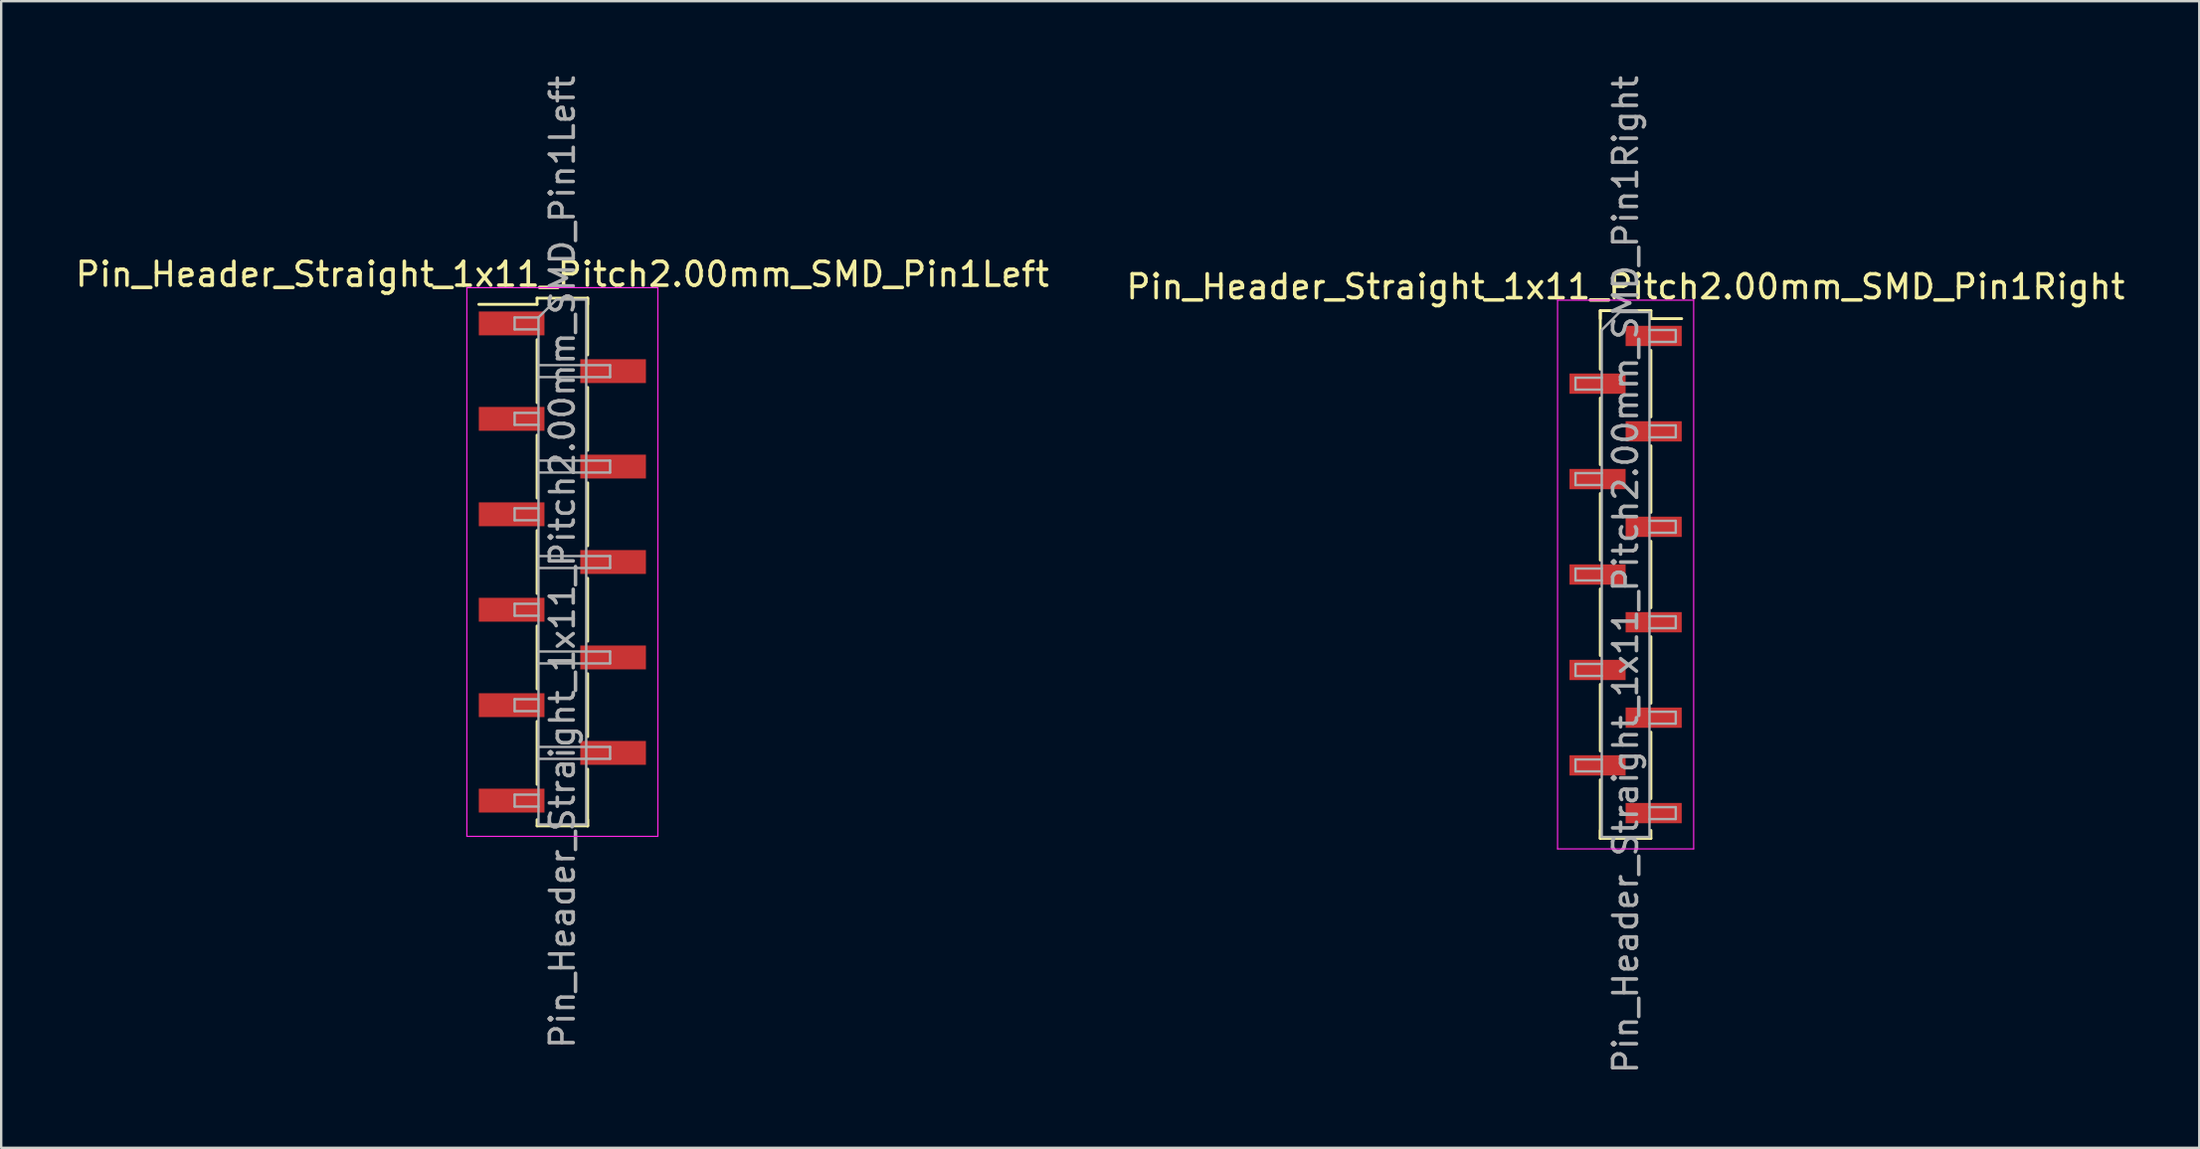
<source format=kicad_pcb>
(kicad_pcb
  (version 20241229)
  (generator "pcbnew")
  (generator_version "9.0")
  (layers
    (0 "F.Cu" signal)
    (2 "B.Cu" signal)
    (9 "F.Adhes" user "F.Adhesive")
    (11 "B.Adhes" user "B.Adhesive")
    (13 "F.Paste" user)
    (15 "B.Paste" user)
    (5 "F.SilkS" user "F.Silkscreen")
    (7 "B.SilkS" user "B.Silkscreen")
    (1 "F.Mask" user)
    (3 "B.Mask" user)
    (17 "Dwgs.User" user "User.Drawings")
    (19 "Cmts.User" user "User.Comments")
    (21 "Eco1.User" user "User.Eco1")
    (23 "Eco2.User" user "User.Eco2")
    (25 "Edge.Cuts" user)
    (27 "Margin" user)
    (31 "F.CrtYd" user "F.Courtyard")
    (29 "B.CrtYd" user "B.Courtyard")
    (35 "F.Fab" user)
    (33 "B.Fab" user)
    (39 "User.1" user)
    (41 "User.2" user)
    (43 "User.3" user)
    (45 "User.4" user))
  (footprint "Pin_Header_Straight_1x11_Pitch2.00mm_SMD_Pin1Right"
    (layer "F.Cu")
    (at 65.042 21.03)
    (property "Reference" "Pin_Header_Straight_1x11_Pitch2.00mm_SMD_Pin1Right" (at 0 -12.06 0) (layer "F.SilkS") (effects (font (size 1 1) (thickness 0.15))))
    (attr smd)
    (fp_line (start -1.06 -11.06) (end -1.06 -8.605) (stroke (width 0.12) (type solid)) (layer "F.SilkS"))
    (fp_line (start -1.06 -11.06) (end 1.06 -11.06) (stroke (width 0.12) (type solid)) (layer "F.SilkS"))
    (fp_line (start -1.06 -10.725) (end -1.06 -11.06) (stroke (width 0.12) (type solid)) (layer "F.SilkS"))
    (fp_line (start -1.06 -7.395) (end -1.06 -4.605) (stroke (width 0.12) (type solid)) (layer "F.SilkS"))
    (fp_line (start -1.06 -3.395) (end -1.06 -0.605) (stroke (width 0.12) (type solid)) (layer "F.SilkS"))
    (fp_line (start -1.06 0.605) (end -1.06 3.395) (stroke (width 0.12) (type solid)) (layer "F.SilkS"))
    (fp_line (start -1.06 4.605) (end -1.06 7.395) (stroke (width 0.12) (type solid)) (layer "F.SilkS"))
    (fp_line (start -1.06 8.605) (end -1.06 11.06) (stroke (width 0.12) (type solid)) (layer "F.SilkS"))
    (fp_line (start -1.06 10.725) (end -1.06 11.06) (stroke (width 0.12) (type solid)) (layer "F.SilkS"))
    (fp_line (start -1.06 11.06) (end 1.06 11.06) (stroke (width 0.12) (type solid)) (layer "F.SilkS"))
    (fp_line (start 1.06 -11.06) (end 1.06 -10.725) (stroke (width 0.12) (type solid)) (layer "F.SilkS"))
    (fp_line (start 1.06 -10.725) (end 2.35 -10.725) (stroke (width 0.12) (type solid)) (layer "F.SilkS"))
    (fp_line (start 1.06 -9.395) (end 1.06 -6.605) (stroke (width 0.12) (type solid)) (layer "F.SilkS"))
    (fp_line (start 1.06 -5.395) (end 1.06 -2.605) (stroke (width 0.12) (type solid)) (layer "F.SilkS"))
    (fp_line (start 1.06 -1.395) (end 1.06 1.395) (stroke (width 0.12) (type solid)) (layer "F.SilkS"))
    (fp_line (start 1.06 2.605) (end 1.06 5.395) (stroke (width 0.12) (type solid)) (layer "F.SilkS"))
    (fp_line (start 1.06 6.605) (end 1.06 9.395) (stroke (width 0.12) (type solid)) (layer "F.SilkS"))
    (fp_line (start 1.06 11.06) (end 1.06 10.725) (stroke (width 0.12) (type solid)) (layer "F.SilkS"))
    (fp_line (start -2.85 -11.5) (end -2.85 11.5) (stroke (width 0.05) (type solid)) (layer "F.CrtYd"))
    (fp_line (start -2.85 11.5) (end 2.85 11.5) (stroke (width 0.05) (type solid)) (layer "F.CrtYd"))
    (fp_line (start 2.85 -11.5) (end -2.85 -11.5) (stroke (width 0.05) (type solid)) (layer "F.CrtYd"))
    (fp_line (start 2.85 11.5) (end 2.85 -11.5) (stroke (width 0.05) (type solid)) (layer "F.CrtYd"))
    (fp_line (start -2.1 -8.25) (end -2.1 -7.75) (stroke (width 0.1) (type solid)) (layer "F.Fab"))
    (fp_line (start -2.1 -7.75) (end -1 -7.75) (stroke (width 0.1) (type solid)) (layer "F.Fab"))
    (fp_line (start -2.1 -4.25) (end -2.1 -3.75) (stroke (width 0.1) (type solid)) (layer "F.Fab"))
    (fp_line (start -2.1 -3.75) (end -1 -3.75) (stroke (width 0.1) (type solid)) (layer "F.Fab"))
    (fp_line (start -2.1 -0.25) (end -2.1 0.25) (stroke (width 0.1) (type solid)) (layer "F.Fab"))
    (fp_line (start -2.1 0.25) (end -1 0.25) (stroke (width 0.1) (type solid)) (layer "F.Fab"))
    (fp_line (start -2.1 3.75) (end -2.1 4.25) (stroke (width 0.1) (type solid)) (layer "F.Fab"))
    (fp_line (start -2.1 4.25) (end -1 4.25) (stroke (width 0.1) (type solid)) (layer "F.Fab"))
    (fp_line (start -2.1 7.75) (end -2.1 8.25) (stroke (width 0.1) (type solid)) (layer "F.Fab"))
    (fp_line (start -2.1 8.25) (end -1 8.25) (stroke (width 0.1) (type solid)) (layer "F.Fab"))
    (fp_line (start -1 -10.25) (end -0.25 -11) (stroke (width 0.1) (type solid)) (layer "F.Fab"))
    (fp_line (start -1 -8.25) (end -2.1 -8.25) (stroke (width 0.1) (type solid)) (layer "F.Fab"))
    (fp_line (start -1 -4.25) (end -2.1 -4.25) (stroke (width 0.1) (type solid)) (layer "F.Fab"))
    (fp_line (start -1 -0.25) (end -2.1 -0.25) (stroke (width 0.1) (type solid)) (layer "F.Fab"))
    (fp_line (start -1 3.75) (end -2.1 3.75) (stroke (width 0.1) (type solid)) (layer "F.Fab"))
    (fp_line (start -1 7.75) (end -2.1 7.75) (stroke (width 0.1) (type solid)) (layer "F.Fab"))
    (fp_line (start -1 11) (end -1 -10.25) (stroke (width 0.1) (type solid)) (layer "F.Fab"))
    (fp_line (start -0.25 -11) (end 1 -11) (stroke (width 0.1) (type solid)) (layer "F.Fab"))
    (fp_line (start 1 -11) (end 1 11) (stroke (width 0.1) (type solid)) (layer "F.Fab"))
    (fp_line (start 1 -10.25) (end 2.1 -10.25) (stroke (width 0.1) (type solid)) (layer "F.Fab"))
    (fp_line (start 1 -6.25) (end 2.1 -6.25) (stroke (width 0.1) (type solid)) (layer "F.Fab"))
    (fp_line (start 1 -2.25) (end 2.1 -2.25) (stroke (width 0.1) (type solid)) (layer "F.Fab"))
    (fp_line (start 1 1.75) (end 2.1 1.75) (stroke (width 0.1) (type solid)) (layer "F.Fab"))
    (fp_line (start 1 5.75) (end 2.1 5.75) (stroke (width 0.1) (type solid)) (layer "F.Fab"))
    (fp_line (start 1 9.75) (end 2.1 9.75) (stroke (width 0.1) (type solid)) (layer "F.Fab"))
    (fp_line (start 1 11) (end -1 11) (stroke (width 0.1) (type solid)) (layer "F.Fab"))
    (fp_line (start 2.1 -10.25) (end 2.1 -9.75) (stroke (width 0.1) (type solid)) (layer "F.Fab"))
    (fp_line (start 2.1 -9.75) (end 1 -9.75) (stroke (width 0.1) (type solid)) (layer "F.Fab"))
    (fp_line (start 2.1 -6.25) (end 2.1 -5.75) (stroke (width 0.1) (type solid)) (layer "F.Fab"))
    (fp_line (start 2.1 -5.75) (end 1 -5.75) (stroke (width 0.1) (type solid)) (layer "F.Fab"))
    (fp_line (start 2.1 -2.25) (end 2.1 -1.75) (stroke (width 0.1) (type solid)) (layer "F.Fab"))
    (fp_line (start 2.1 -1.75) (end 1 -1.75) (stroke (width 0.1) (type solid)) (layer "F.Fab"))
    (fp_line (start 2.1 1.75) (end 2.1 2.25) (stroke (width 0.1) (type solid)) (layer "F.Fab"))
    (fp_line (start 2.1 2.25) (end 1 2.25) (stroke (width 0.1) (type solid)) (layer "F.Fab"))
    (fp_line (start 2.1 5.75) (end 2.1 6.25) (stroke (width 0.1) (type solid)) (layer "F.Fab"))
    (fp_line (start 2.1 6.25) (end 1 6.25) (stroke (width 0.1) (type solid)) (layer "F.Fab"))
    (fp_line (start 2.1 9.75) (end 2.1 10.25) (stroke (width 0.1) (type solid)) (layer "F.Fab"))
    (fp_line (start 2.1 10.25) (end 1 10.25) (stroke (width 0.1) (type solid)) (layer "F.Fab"))
    (fp_text user "${REFERENCE}" (at 0 0 90) (layer "F.Fab") (effects (font (size 1 1) (thickness 0.15))))
    (pad "1" smd rect (at 1.175 -10) (size 2.35 0.85) (layers "F.Cu" "F.Mask" "F.Paste"))
    (pad "2" smd rect (at -1.175 -8) (size 2.35 0.85) (layers "F.Cu" "F.Mask" "F.Paste"))
    (pad "3" smd rect (at 1.175 -6) (size 2.35 0.85) (layers "F.Cu" "F.Mask" "F.Paste"))
    (pad "4" smd rect (at -1.175 -4) (size 2.35 0.85) (layers "F.Cu" "F.Mask" "F.Paste"))
    (pad "5" smd rect (at 1.175 -2) (size 2.35 0.85) (layers "F.Cu" "F.Mask" "F.Paste"))
    (pad "6" smd rect (at -1.175 0) (size 2.35 0.85) (layers "F.Cu" "F.Mask" "F.Paste"))
    (pad "7" smd rect (at 1.175 2) (size 2.35 0.85) (layers "F.Cu" "F.Mask" "F.Paste"))
    (pad "8" smd rect (at -1.175 4) (size 2.35 0.85) (layers "F.Cu" "F.Mask" "F.Paste"))
    (pad "9" smd rect (at 1.175 6) (size 2.35 0.85) (layers "F.Cu" "F.Mask" "F.Paste"))
    (pad "10" smd rect (at -1.175 8) (size 2.35 0.85) (layers "F.Cu" "F.Mask" "F.Paste"))
    (pad "11" smd rect (at 1.175 10) (size 2.35 0.85) (layers "F.Cu" "F.Mask" "F.Paste")))
  (footprint "Pin_Header_Straight_1x11_Pitch2.00mm_SMD_Pin1Left"
    (layer "F.Cu")
    (at 20.506 20.506)
    (property "Reference" "Pin_Header_Straight_1x11_Pitch2.00mm_SMD_Pin1Left" (at 0 -12.06 0) (layer "F.SilkS") (effects (font (size 1 1) (thickness 0.15))))
    (attr smd)
    (fp_line (start -1.06 -11.06) (end 1.06 -11.06) (stroke (width 0.12) (type solid)) (layer "F.SilkS"))
    (fp_line (start -1.06 -10.8) (end -3.5 -10.8) (stroke (width 0.12) (type solid)) (layer "F.SilkS"))
    (fp_line (start -1.06 -10.8) (end -1.06 -11.06) (stroke (width 0.12) (type solid)) (layer "F.SilkS"))
    (fp_line (start -1.06 -9.32) (end -1.06 -6.68) (stroke (width 0.12) (type solid)) (layer "F.SilkS"))
    (fp_line (start -1.06 -5.32) (end -1.06 -2.68) (stroke (width 0.12) (type solid)) (layer "F.SilkS"))
    (fp_line (start -1.06 -1.32) (end -1.06 1.32) (stroke (width 0.12) (type solid)) (layer "F.SilkS"))
    (fp_line (start -1.06 2.68) (end -1.06 5.32) (stroke (width 0.12) (type solid)) (layer "F.SilkS"))
    (fp_line (start -1.06 6.68) (end -1.06 9.32) (stroke (width 0.12) (type solid)) (layer "F.SilkS"))
    (fp_line (start -1.06 10.8) (end -1.06 11.06) (stroke (width 0.12) (type solid)) (layer "F.SilkS"))
    (fp_line (start -1.06 11.06) (end 1.06 11.06) (stroke (width 0.12) (type solid)) (layer "F.SilkS"))
    (fp_line (start 1.06 -11.06) (end 1.06 -10.8) (stroke (width 0.12) (type solid)) (layer "F.SilkS"))
    (fp_line (start 1.06 -11.06) (end 1.06 -8.68) (stroke (width 0.12) (type solid)) (layer "F.SilkS"))
    (fp_line (start 1.06 -7.32) (end 1.06 -4.68) (stroke (width 0.12) (type solid)) (layer "F.SilkS"))
    (fp_line (start 1.06 -3.32) (end 1.06 -0.68) (stroke (width 0.12) (type solid)) (layer "F.SilkS"))
    (fp_line (start 1.06 0.68) (end 1.06 3.32) (stroke (width 0.12) (type solid)) (layer "F.SilkS"))
    (fp_line (start 1.06 4.68) (end 1.06 7.32) (stroke (width 0.12) (type solid)) (layer "F.SilkS"))
    (fp_line (start 1.06 8.68) (end 1.06 11.06) (stroke (width 0.12) (type solid)) (layer "F.SilkS"))
    (fp_line (start 1.06 11.06) (end 1.06 10.8) (stroke (width 0.12) (type solid)) (layer "F.SilkS"))
    (fp_line (start -4 -11.5) (end -4 11.5) (stroke (width 0.05) (type solid)) (layer "F.CrtYd"))
    (fp_line (start -4 11.5) (end 4 11.5) (stroke (width 0.05) (type solid)) (layer "F.CrtYd"))
    (fp_line (start 4 -11.5) (end -4 -11.5) (stroke (width 0.05) (type solid)) (layer "F.CrtYd"))
    (fp_line (start 4 11.5) (end 4 -11.5) (stroke (width 0.05) (type solid)) (layer "F.CrtYd"))
    (fp_line (start -2 -10.25) (end -2 -9.75) (stroke (width 0.1) (type solid)) (layer "F.Fab"))
    (fp_line (start -2 -9.75) (end -1 -9.75) (stroke (width 0.1) (type solid)) (layer "F.Fab"))
    (fp_line (start -2 -6.25) (end -2 -5.75) (stroke (width 0.1) (type solid)) (layer "F.Fab"))
    (fp_line (start -2 -5.75) (end -1 -5.75) (stroke (width 0.1) (type solid)) (layer "F.Fab"))
    (fp_line (start -2 -2.25) (end -2 -1.75) (stroke (width 0.1) (type solid)) (layer "F.Fab"))
    (fp_line (start -2 -1.75) (end -1 -1.75) (stroke (width 0.1) (type solid)) (layer "F.Fab"))
    (fp_line (start -2 1.75) (end -2 2.25) (stroke (width 0.1) (type solid)) (layer "F.Fab"))
    (fp_line (start -2 2.25) (end -1 2.25) (stroke (width 0.1) (type solid)) (layer "F.Fab"))
    (fp_line (start -2 5.75) (end -2 6.25) (stroke (width 0.1) (type solid)) (layer "F.Fab"))
    (fp_line (start -2 6.25) (end -1 6.25) (stroke (width 0.1) (type solid)) (layer "F.Fab"))
    (fp_line (start -2 9.75) (end -2 10.25) (stroke (width 0.1) (type solid)) (layer "F.Fab"))
    (fp_line (start -2 10.25) (end -1 10.25) (stroke (width 0.1) (type solid)) (layer "F.Fab"))
    (fp_line (start -1 -10.25) (end -2 -10.25) (stroke (width 0.1) (type solid)) (layer "F.Fab"))
    (fp_line (start -1 -10.25) (end -0.25 -11) (stroke (width 0.1) (type solid)) (layer "F.Fab"))
    (fp_line (start -1 -8.25) (end 2 -8.25) (stroke (width 0.1) (type solid)) (layer "F.Fab"))
    (fp_line (start -1 -6.25) (end -2 -6.25) (stroke (width 0.1) (type solid)) (layer "F.Fab"))
    (fp_line (start -1 -4.25) (end 2 -4.25) (stroke (width 0.1) (type solid)) (layer "F.Fab"))
    (fp_line (start -1 -2.25) (end -2 -2.25) (stroke (width 0.1) (type solid)) (layer "F.Fab"))
    (fp_line (start -1 -0.25) (end 2 -0.25) (stroke (width 0.1) (type solid)) (layer "F.Fab"))
    (fp_line (start -1 1.75) (end -2 1.75) (stroke (width 0.1) (type solid)) (layer "F.Fab"))
    (fp_line (start -1 3.75) (end 2 3.75) (stroke (width 0.1) (type solid)) (layer "F.Fab"))
    (fp_line (start -1 5.75) (end -2 5.75) (stroke (width 0.1) (type solid)) (layer "F.Fab"))
    (fp_line (start -1 7.75) (end 2 7.75) (stroke (width 0.1) (type solid)) (layer "F.Fab"))
    (fp_line (start -1 9.75) (end -2 9.75) (stroke (width 0.1) (type solid)) (layer "F.Fab"))
    (fp_line (start -1 11) (end -1 -10.25) (stroke (width 0.1) (type solid)) (layer "F.Fab"))
    (fp_line (start -0.25 -11) (end 1 -11) (stroke (width 0.1) (type solid)) (layer "F.Fab"))
    (fp_line (start 1 -11) (end 1 11) (stroke (width 0.1) (type solid)) (layer "F.Fab"))
    (fp_line (start 1 11) (end -1 11) (stroke (width 0.1) (type solid)) (layer "F.Fab"))
    (fp_line (start 2 -8.25) (end 2 -7.75) (stroke (width 0.1) (type solid)) (layer "F.Fab"))
    (fp_line (start 2 -7.75) (end -1 -7.75) (stroke (width 0.1) (type solid)) (layer "F.Fab"))
    (fp_line (start 2 -4.25) (end 2 -3.75) (stroke (width 0.1) (type solid)) (layer "F.Fab"))
    (fp_line (start 2 -3.75) (end -1 -3.75) (stroke (width 0.1) (type solid)) (layer "F.Fab"))
    (fp_line (start 2 -0.25) (end 2 0.25) (stroke (width 0.1) (type solid)) (layer "F.Fab"))
    (fp_line (start 2 0.25) (end -1 0.25) (stroke (width 0.1) (type solid)) (layer "F.Fab"))
    (fp_line (start 2 3.75) (end 2 4.25) (stroke (width 0.1) (type solid)) (layer "F.Fab"))
    (fp_line (start 2 4.25) (end -1 4.25) (stroke (width 0.1) (type solid)) (layer "F.Fab"))
    (fp_line (start 2 7.75) (end 2 8.25) (stroke (width 0.1) (type solid)) (layer "F.Fab"))
    (fp_line (start 2 8.25) (end -1 8.25) (stroke (width 0.1) (type solid)) (layer "F.Fab"))
    (fp_text user "${REFERENCE}" (at 0 0 90) (layer "F.Fab") (effects (font (size 1 1) (thickness 0.15))))
    (pad "1" smd rect (at -2.125 -10) (size 2.75 1) (layers "F.Cu" "F.Mask" "F.Paste"))
    (pad "2" smd rect (at 2.125 -8) (size 2.75 1) (layers "F.Cu" "F.Mask" "F.Paste"))
    (pad "3" smd rect (at -2.125 -6) (size 2.75 1) (layers "F.Cu" "F.Mask" "F.Paste"))
    (pad "4" smd rect (at 2.125 -4) (size 2.75 1) (layers "F.Cu" "F.Mask" "F.Paste"))
    (pad "5" smd rect (at -2.125 -2) (size 2.75 1) (layers "F.Cu" "F.Mask" "F.Paste"))
    (pad "6" smd rect (at 2.125 0) (size 2.75 1) (layers "F.Cu" "F.Mask" "F.Paste"))
    (pad "7" smd rect (at -2.125 2) (size 2.75 1) (layers "F.Cu" "F.Mask" "F.Paste"))
    (pad "8" smd rect (at 2.125 4) (size 2.75 1) (layers "F.Cu" "F.Mask" "F.Paste"))
    (pad "9" smd rect (at -2.125 6) (size 2.75 1) (layers "F.Cu" "F.Mask" "F.Paste"))
    (pad "10" smd rect (at 2.125 8) (size 2.75 1) (layers "F.Cu" "F.Mask" "F.Paste"))
    (pad "11" smd rect (at -2.125 10) (size 2.75 1) (layers "F.Cu" "F.Mask" "F.Paste")))
  (gr_rect
    (start -3 -3)
    (end 89.071 45.06)
    (stroke (width 0.1) (type default))
    (fill no)
    (layer "Edge.Cuts")))
</source>
